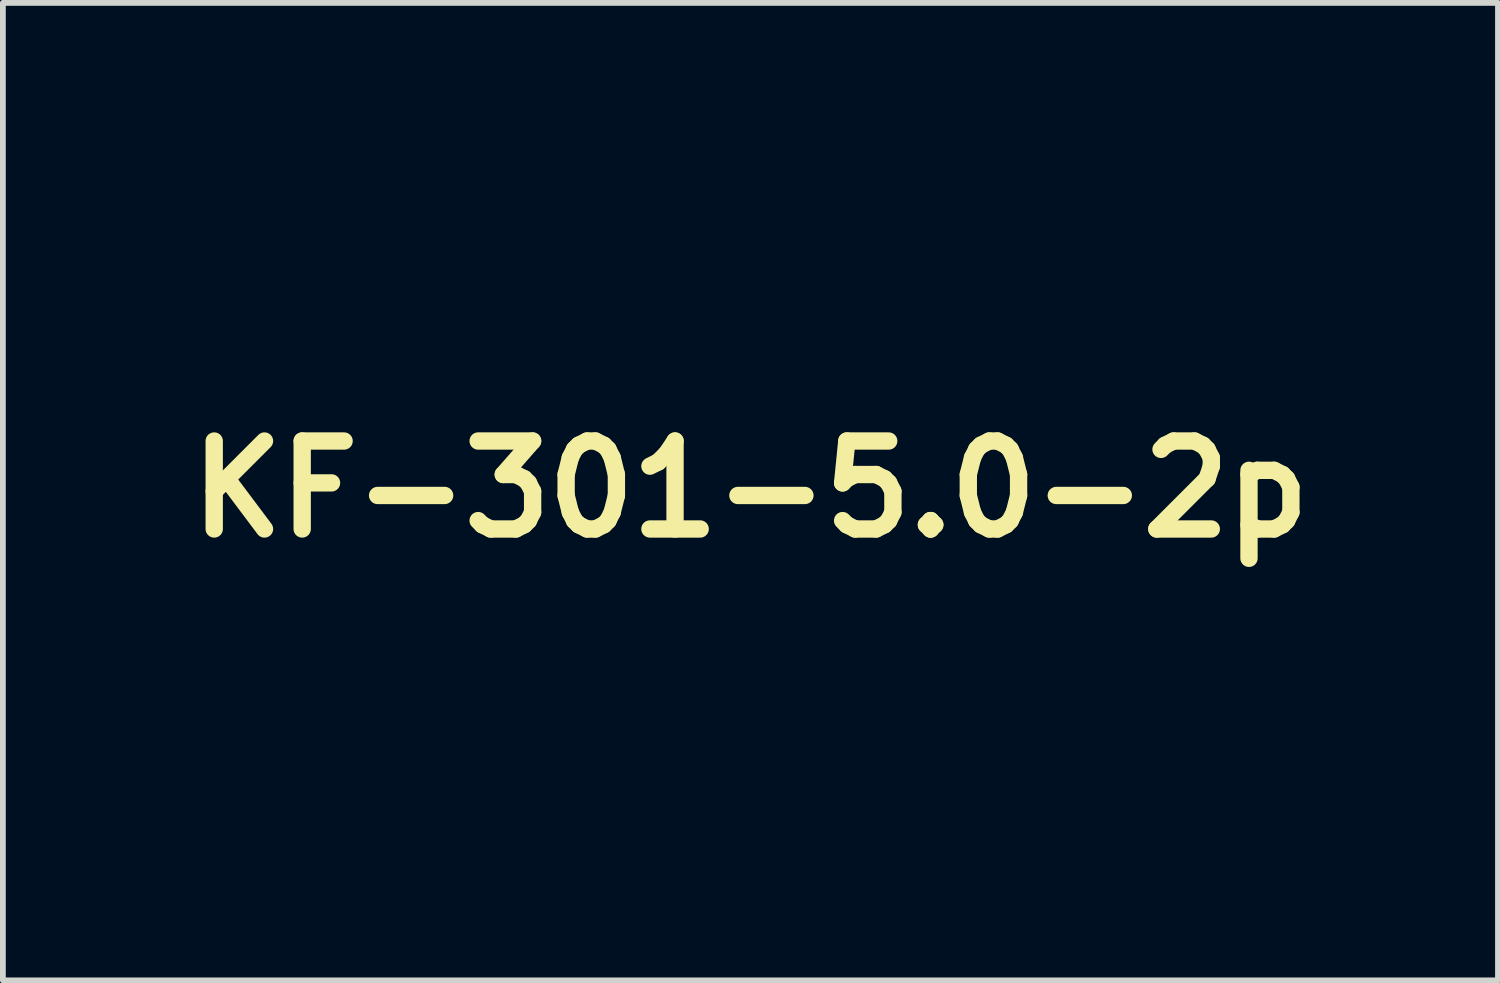
<source format=kicad_pcb>
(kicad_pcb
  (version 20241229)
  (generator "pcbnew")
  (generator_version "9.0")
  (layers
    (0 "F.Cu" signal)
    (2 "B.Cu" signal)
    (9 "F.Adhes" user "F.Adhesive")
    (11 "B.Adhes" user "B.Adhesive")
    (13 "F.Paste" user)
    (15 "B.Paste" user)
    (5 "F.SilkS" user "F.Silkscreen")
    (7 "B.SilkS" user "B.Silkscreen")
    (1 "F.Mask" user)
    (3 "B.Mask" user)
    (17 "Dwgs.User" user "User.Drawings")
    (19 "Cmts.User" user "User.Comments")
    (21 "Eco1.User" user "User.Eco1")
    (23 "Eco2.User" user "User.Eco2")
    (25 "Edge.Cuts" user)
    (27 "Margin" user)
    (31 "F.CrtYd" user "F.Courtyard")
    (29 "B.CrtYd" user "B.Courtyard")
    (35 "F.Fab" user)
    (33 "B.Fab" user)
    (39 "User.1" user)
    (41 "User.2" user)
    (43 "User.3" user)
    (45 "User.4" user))
  (footprint "KF-301-5.0-2p"
    (layer "F.Cu")
    (at 9.95 5.424)
    (property "Reference" "KF-301-5.0-2p" (at 0 0 0) (layer "F.SilkS") (effects (font (size 1.524 1.524) (thickness 0.3))))
    (attr through_hole)
    (fp_poly (pts (xy -0.345 2.192) (xy -0.161 2.382) (xy -0.034 2.635) (xy 0 2.836) (xy -0.069 3.159) (xy -0.208 3.348) (xy -0.415 3.508) (xy -0.577 3.547) (xy -0.668 3.463) (xy -0.677 3.39) (xy -0.609 3.22) (xy -0.508 3.133) (xy -0.369 2.975) (xy -0.339 2.836) (xy -0.407 2.631) (xy -0.508 2.54) (xy -0.632 2.417) (xy -0.675 2.265) (xy -0.631 2.147) (xy -0.546 2.117) (xy -0.345 2.192)) (stroke (width 0.01) (type solid)) (fill no) (layer "Eco1.User"))
    (fp_poly (pts (xy 3.381 -5.144) (xy 3.328 -4.953) (xy 3.302 -4.851) (xy 3.302 -4.848) (xy 3.377 -4.834) (xy 3.565 -4.827) (xy 3.641 -4.826) (xy 3.979 -4.826) (xy 3.979 5.503) (xy -3.979 5.503) (xy -3.979 5.144) (xy -3.604 5.144) (xy -3.521 5.158) (xy -3.411 5.142) (xy -3.41 5.114) (xy -3.413 5.113) (xy -2.017 5.113) (xy -1.937 5.118) (xy -1.713 5.122) (xy -1.355 5.125) (xy -0.872 5.127) (xy -0.423 5.127) (xy 0.15 5.126) (xy 0.605 5.124) (xy 0.932 5.121) (xy 1.122 5.117) (xy 1.168 5.112) (xy 1.06 5.106) (xy 0.868 5.101) (xy 0.265 5.093) (xy -0.422 5.091) (xy -1.11 5.093) (xy -1.713 5.101) (xy -1.714 5.101) (xy -1.946 5.107) (xy -2.017 5.113) (xy -3.413 5.113) (xy -3.523 5.093) (xy -3.572 5.107) (xy -3.604 5.144) (xy -3.979 5.144) (xy -3.979 5.024) (xy 2.457 5.024) (xy 2.515 5.112) (xy 2.655 5.154) (xy 2.829 5.117) (xy 2.94 5.023) (xy 2.943 5.016) (xy 2.898 4.936) (xy 2.716 4.911) (xy 2.511 4.94) (xy 2.457 5.024) (xy -3.979 5.024) (xy -3.979 2.836) (xy -3.641 2.836) (xy -3.624 3.087) (xy -3.568 3.202) (xy -3.514 3.217) (xy -3.43 3.167) (xy -3.392 2.998) (xy -3.387 2.836) (xy -2.77 2.836) (xy -2.764 3.037) (xy -2.749 3.111) (xy -2.734 3.07) (xy -2.719 2.838) (xy -2.721 2.818) (xy -2.353 2.818) (xy -2.33 3.022) (xy -2.275 3.176) (xy -2.221 3.217) (xy -2.184 3.142) (xy -2.162 2.95) (xy -2.159 2.836) (xy -2.162 2.788) (xy -1.778 2.788) (xy -1.708 3.213) (xy -1.518 3.557) (xy -1.237 3.802) (xy -0.893 3.932) (xy -0.516 3.931) (xy -0.135 3.78) (xy -0.106 3.762) (xy 0.143 3.523) (xy 0.333 3.202) (xy 0.421 2.875) (xy 0.423 2.828) (xy 0.348 2.499) (xy 0.147 2.177) (xy -0.142 1.913) (xy -0.28 1.833) (xy -0.675 1.72) (xy -1.052 1.774) (xy -1.405 1.995) (xy -1.5 2.088) (xy -1.681 2.311) (xy -1.761 2.526) (xy -1.778 2.788) (xy -2.162 2.788) (xy -2.175 2.579) (xy -2.218 2.465) (xy -2.28 2.506) (xy -2.33 2.631) (xy -2.353 2.818) (xy -2.721 2.818) (xy -2.733 2.647) (xy -2.753 2.588) (xy -2.766 2.68) (xy -2.77 2.836) (xy -3.387 2.836) (xy -3.403 2.585) (xy -3.46 2.471) (xy -3.514 2.455) (xy -3.597 2.505) (xy -3.636 2.675) (xy -3.641 2.836) (xy -3.979 2.836) (xy -3.979 2.117) (xy -3.648 2.117) (xy -2.831 2.117) (xy -2.451 2.114) (xy -2.201 2.101) (xy -2.044 2.068) (xy -1.94 2.006) (xy -1.85 1.908) (xy -1.839 1.894) (xy -1.581 1.667) (xy -1.229 1.481) (xy -0.858 1.371) (xy -0.696 1.357) (xy -0.244 1.431) (xy 0.15 1.644) (xy 0.463 1.966) (xy 0.671 2.37) (xy 0.753 2.828) (xy 0.734 3.104) (xy 0.586 3.52) (xy 0.308 3.881) (xy -0.063 4.151) (xy -0.489 4.292) (xy -0.506 4.295) (xy -0.919 4.279) (xy -1.339 4.146) (xy -1.697 3.92) (xy -1.812 3.804) (xy -1.916 3.689) (xy -2.021 3.617) (xy -2.165 3.577) (xy -2.39 3.56) (xy -2.736 3.556) (xy -2.831 3.556) (xy -3.641 3.556) (xy -3.641 4.092) (xy -3.632 4.38) (xy -3.61 4.596) (xy -3.583 4.686) (xy -3.487 4.699) (xy -3.243 4.71) (xy -2.871 4.719) (xy -2.392 4.724) (xy -1.826 4.725) (xy -1.195 4.724) (xy -0.853 4.721) (xy 1.82 4.699) (xy 1.847 4.424) (xy 1.87 4.266) (xy 1.928 4.184) (xy 2.067 4.153) (xy 2.329 4.149) (xy 2.794 4.149) (xy 2.794 1.524) (xy 2.334 1.524) (xy 2.069 1.52) (xy 1.929 1.489) (xy 1.87 1.408) (xy 1.847 1.251) (xy 1.847 1.249) (xy 1.82 0.974) (xy -3.598 0.974) (xy -3.623 1.545) (xy -3.648 2.117) (xy -3.979 2.117) (xy -3.979 0.339) (xy -3.641 0.339) (xy -3.603 0.54) (xy -3.514 0.593) (xy -3.413 0.517) (xy -3.387 0.339) (xy -2.944 0.339) (xy -2.935 0.493) (xy -2.913 0.511) (xy -2.905 0.487) (xy -2.896 0.339) (xy -2.54 0.339) (xy -2.457 0.369) (xy -2.213 0.393) (xy -1.819 0.41) (xy -1.281 0.421) (xy -0.72 0.423) (xy -0.068 0.419) (xy 0.448 0.408) (xy 0.821 0.39) (xy 1.041 0.365) (xy 1.101 0.339) (xy 1.018 0.308) (xy 0.774 0.284) (xy 0.379 0.267) (xy -0.158 0.257) (xy -0.72 0.254) (xy -1.371 0.258) (xy -1.887 0.269) (xy -2.26 0.288) (xy -2.48 0.313) (xy -2.54 0.339) (xy -2.896 0.339) (xy -2.892 0.272) (xy -2.905 0.191) (xy -2.93 0.164) (xy -2.943 0.281) (xy -2.944 0.339) (xy -3.387 0.339) (xy -3.425 0.137) (xy -3.514 0.085) (xy -3.614 0.16) (xy -3.641 0.339) (xy -3.979 0.339) (xy -3.979 -2.159) (xy -3.641 -2.159) (xy -3.624 -1.908) (xy -3.568 -1.793) (xy -3.514 -1.778) (xy -3.43 -1.828) (xy -3.392 -1.997) (xy -3.387 -2.159) (xy -2.77 -2.159) (xy -2.764 -1.958) (xy -2.749 -1.885) (xy -2.734 -1.925) (xy -2.719 -2.157) (xy -2.72 -2.17) (xy -2.353 -2.17) (xy -2.337 -1.995) (xy -2.273 -1.814) (xy -2.219 -1.789) (xy -2.187 -1.905) (xy -2.188 -2.025) (xy -1.789 -2.025) (xy -1.704 -1.681) (xy -1.503 -1.378) (xy -1.18 -1.15) (xy -1.15 -1.136) (xy -0.842 -1.036) (xy -0.573 -1.044) (xy -0.315 -1.132) (xy 0.041 -1.358) (xy 0.273 -1.656) (xy 0.385 -1.995) (xy 0.384 -2.346) (xy 0.275 -2.677) (xy 0.064 -2.957) (xy -0.244 -3.156) (xy -0.641 -3.244) (xy -0.708 -3.246) (xy -1.102 -3.175) (xy -1.414 -2.986) (xy -1.637 -2.71) (xy -1.764 -2.378) (xy -1.789 -2.025) (xy -2.188 -2.025) (xy -2.188 -2.148) (xy -2.191 -2.18) (xy -2.215 -2.409) (xy -2.243 -2.489) (xy -2.287 -2.44) (xy -2.308 -2.397) (xy -2.353 -2.17) (xy -2.72 -2.17) (xy -2.733 -2.348) (xy -2.753 -2.407) (xy -2.766 -2.316) (xy -2.77 -2.159) (xy -3.387 -2.159) (xy -3.403 -2.41) (xy -3.46 -2.525) (xy -3.514 -2.54) (xy -3.597 -2.49) (xy -3.636 -2.321) (xy -3.641 -2.159) (xy -3.979 -2.159) (xy -3.979 -3.979) (xy -3.641 -3.979) (xy -3.641 -2.879) (xy -2.827 -2.879) (xy -2.447 -2.881) (xy -2.198 -2.895) (xy -2.041 -2.929) (xy -1.938 -2.99) (xy -1.849 -3.088) (xy -1.846 -3.093) (xy -1.514 -3.387) (xy -1.093 -3.572) (xy -0.639 -3.625) (xy -0.58 -3.62) (xy -0.112 -3.5) (xy 0.272 -3.255) (xy 0.555 -2.914) (xy 0.724 -2.506) (xy 0.763 -2.06) (xy 0.658 -1.606) (xy 0.559 -1.404) (xy 0.254 -1.034) (xy -0.132 -0.794) (xy -0.565 -0.686) (xy -1.014 -0.715) (xy -1.447 -0.882) (xy -1.815 -1.175) (xy -1.939 -1.299) (xy -2.054 -1.376) (xy -2.204 -1.418) (xy -2.432 -1.436) (xy -2.779 -1.439) (xy -2.852 -1.439) (xy -3.641 -1.439) (xy -3.641 -0.339) (xy 1.757 -0.339) (xy 1.808 -0.593) (xy 1.847 -0.738) (xy 1.92 -0.814) (xy 2.073 -0.842) (xy 2.326 -0.847) (xy 2.794 -0.847) (xy 2.794 -3.471) (xy 2.326 -3.471) (xy 2.058 -3.477) (xy 1.912 -3.508) (xy 1.843 -3.588) (xy 1.808 -3.725) (xy 1.757 -3.979) (xy -3.641 -3.979) (xy -3.979 -3.979) (xy -3.979 -4.423) (xy -3.604 -4.423) (xy -3.521 -4.409) (xy -3.411 -4.425) (xy -3.41 -4.448) (xy -3.006 -4.448) (xy 2.201 -4.4) (xy 2.201 -3.81) (xy 3.217 -3.81) (xy 3.217 -2.169) (xy 3.218 -1.584) (xy 3.213 -1.146) (xy 3.196 -0.836) (xy 3.156 -0.629) (xy 3.085 -0.507) (xy 2.975 -0.446) (xy 2.818 -0.426) (xy 2.604 -0.424) (xy 2.519 -0.424) (xy 2.311 -0.412) (xy 2.221 -0.349) (xy 2.201 -0.196) (xy 2.201 -0.169) (xy 2.188 -0.006) (xy 2.115 0.066) (xy 1.935 0.084) (xy 1.863 0.085) (xy 1.646 0.095) (xy 1.549 0.149) (xy 1.525 0.284) (xy 1.524 0.339) (xy 1.537 0.502) (xy 1.61 0.574) (xy 1.79 0.592) (xy 1.863 0.593) (xy 2.08 0.602) (xy 2.176 0.657) (xy 2.201 0.802) (xy 2.201 0.889) (xy 2.201 1.185) (xy 3.217 1.185) (xy 3.217 2.879) (xy 3.219 3.467) (xy 3.225 3.905) (xy 3.237 4.215) (xy 3.257 4.415) (xy 3.285 4.527) (xy 3.323 4.57) (xy 3.338 4.572) (xy 3.413 4.606) (xy 3.41 4.733) (xy 3.381 4.847) (xy 3.328 5.038) (xy 3.302 5.14) (xy 3.302 5.143) (xy 3.373 5.161) (xy 3.471 5.165) (xy 3.507 5.161) (xy 3.538 5.143) (xy 3.563 5.097) (xy 3.584 5.01) (xy 3.601 4.87) (xy 3.614 4.662) (xy 3.624 4.375) (xy 3.631 3.995) (xy 3.636 3.51) (xy 3.638 2.906) (xy 3.64 2.17) (xy 3.641 1.29) (xy 3.641 0.339) (xy 3.641 -4.487) (xy -3.006 -4.448) (xy -3.41 -4.448) (xy -3.41 -4.454) (xy -3.523 -4.474) (xy -3.572 -4.461) (xy -3.604 -4.423) (xy -3.979 -4.423) (xy -3.979 -4.826) (xy 2.105 -4.826) (xy 2.064 -4.967) (xy 2.457 -4.967) (xy 2.515 -4.879) (xy 2.655 -4.836) (xy 2.829 -4.873) (xy 2.94 -4.968) (xy 2.943 -4.974) (xy 2.898 -5.055) (xy 2.716 -5.08) (xy 2.511 -5.05) (xy 2.457 -4.967) (xy 2.064 -4.967) (xy 2.026 -5.101) (xy 1.973 -5.292) (xy 1.948 -5.394) (xy 1.947 -5.397) (xy 2.026 -5.407) (xy 2.235 -5.414) (xy 2.539 -5.418) (xy 2.703 -5.419) (xy 3.46 -5.419) (xy 3.381 -5.144)) (stroke (width 0.01) (type solid)) (fill no) (layer "Eco1.User")))
  (gr_rect
    (start -3 -3)
    (end 22.899 13.932)
    (stroke (width 0.1) (type default))
    (fill no)
    (layer "Edge.Cuts")))
</source>
